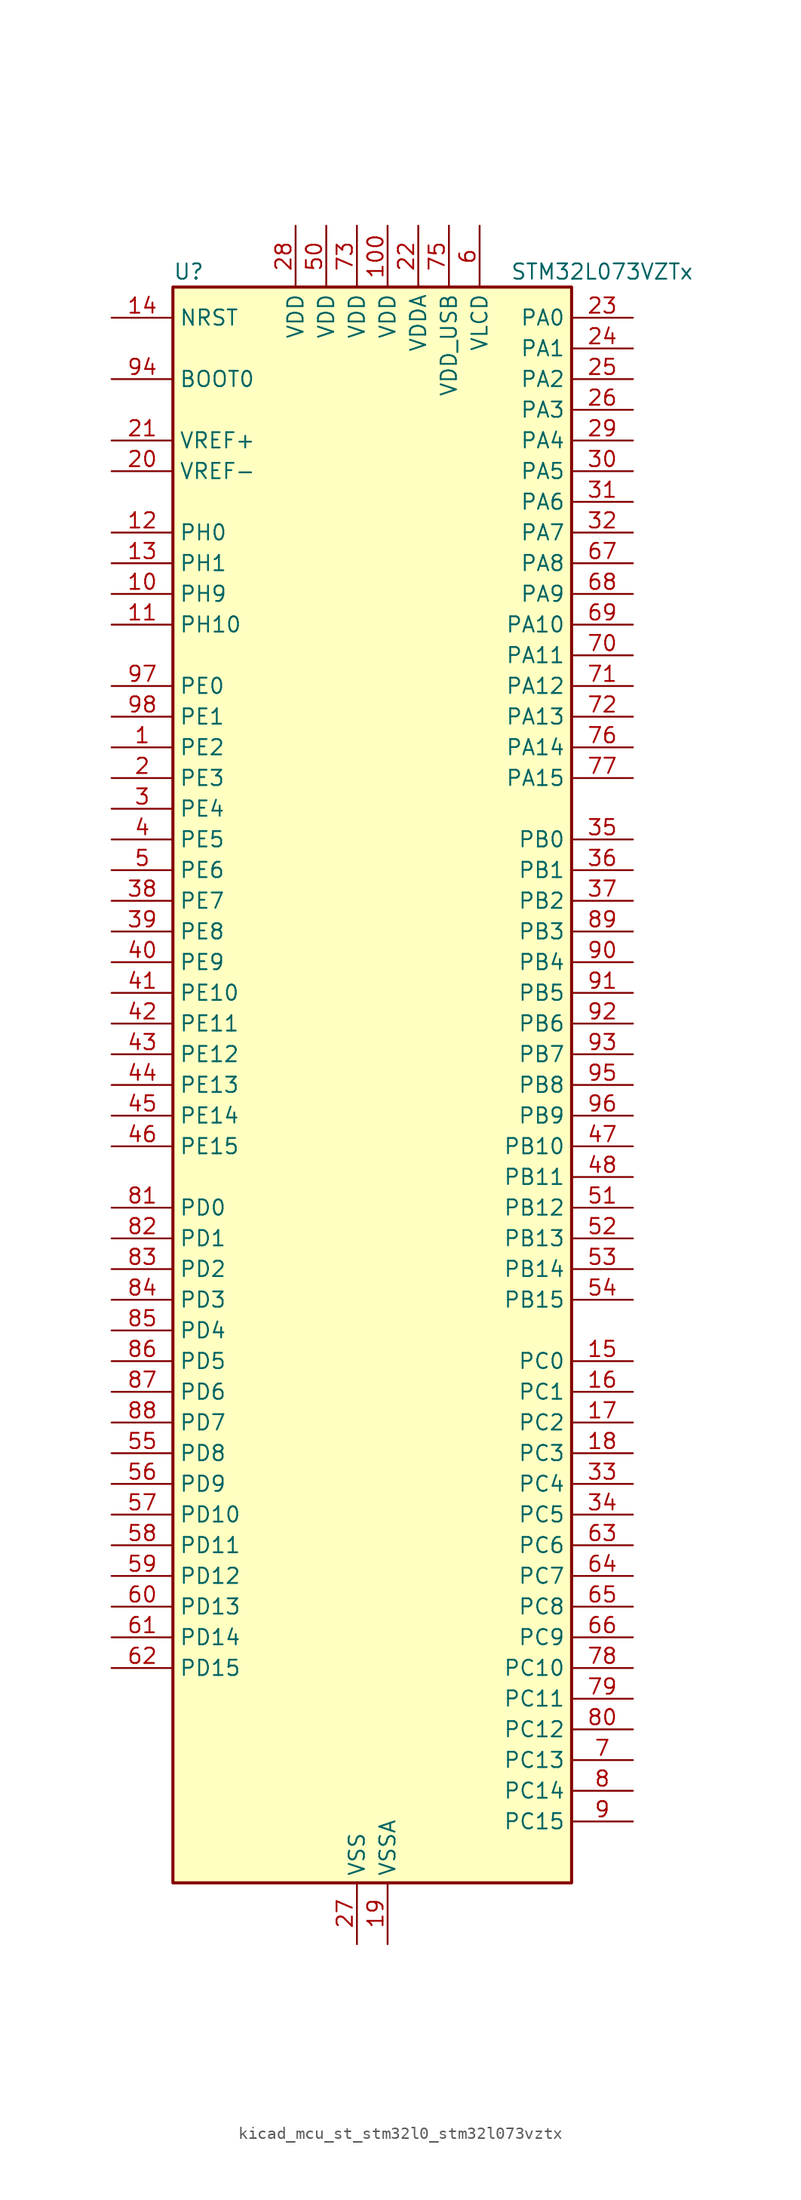
<source format=kicad_sym>
(kicad_symbol_lib
  (version 20220914)
  (generator kicad_symbol_editor)
  (symbol "kicad_mcu_st_stm32l0_stm32l073vztx"
    (property "Reference" "U"
      (at -15.24 67.31 0)
      (effects (font (size 1.27 1.27)) (justify left)))
    (property "Value" "STM32L073VZTx"
      (at 12.7 67.31 0)
      (effects (font (size 1.27 1.27)) (justify left)))
    (property "ki_locked" ""
      (at 0 0 0)
      (effects (font (size 1.27 1.27))))
    (symbol "kicad_mcu_st_stm32l0_stm32l073vztx_0_1"
      (rectangle (start -15.24 -66.04) (end 17.78 66.04) (stroke (width 0.254) (type default)) (fill (type background))))
    (symbol "kicad_mcu_st_stm32l0_stm32l073vztx_1_1"
      (pin bidirectional line (at -20.32 27.94 0) (length 5.08) (name "PE2" (effects (font (size 1.27 1.27)))) (number "1" (effects (font (size 1.27 1.27)))) (alternate "LCD_SEG38" bidirectional line) (alternate "TIM3_ETR" bidirectional line))
      (pin bidirectional line (at -20.32 40.64 0) (length 5.08) (name "PH9" (effects (font (size 1.27 1.27)))) (number "10" (effects (font (size 1.27 1.27)))) (alternate "DAC_EXTI9" bidirectional line))
      (pin power_in line (at 2.54 71.12 270) (length 5.08) (name "VDD" (effects (font (size 1.27 1.27)))) (number "100" (effects (font (size 1.27 1.27)))))
      (pin bidirectional line (at -20.32 38.1 0) (length 5.08) (name "PH10" (effects (font (size 1.27 1.27)))) (number "11" (effects (font (size 1.27 1.27)))))
      (pin bidirectional line (at -20.32 45.72 0) (length 5.08) (name "PH0" (effects (font (size 1.27 1.27)))) (number "12" (effects (font (size 1.27 1.27)))) (alternate "CRS_SYNC" bidirectional line) (alternate "RCC_OSC_IN" bidirectional line))
      (pin bidirectional line (at -20.32 43.18 0) (length 5.08) (name "PH1" (effects (font (size 1.27 1.27)))) (number "13" (effects (font (size 1.27 1.27)))) (alternate "RCC_OSC_OUT" bidirectional line))
      (pin input line (at -20.32 63.5 0) (length 5.08) (name "NRST" (effects (font (size 1.27 1.27)))) (number "14" (effects (font (size 1.27 1.27)))))
      (pin bidirectional line (at 22.86 -22.86 180) (length 5.08) (name "PC0" (effects (font (size 1.27 1.27)))) (number "15" (effects (font (size 1.27 1.27)))) (alternate "ADC_IN10" bidirectional line) (alternate "I2C3_SCL" bidirectional line) (alternate "LCD_SEG18" bidirectional line) (alternate "LPTIM1_IN1" bidirectional line) (alternate "LPUART1_RX" bidirectional line) (alternate "TSC_G7_IO1" bidirectional line))
      (pin bidirectional line (at 22.86 -25.4 180) (length 5.08) (name "PC1" (effects (font (size 1.27 1.27)))) (number "16" (effects (font (size 1.27 1.27)))) (alternate "ADC_IN11" bidirectional line) (alternate "I2C3_SDA" bidirectional line) (alternate "LCD_SEG19" bidirectional line) (alternate "LPTIM1_OUT" bidirectional line) (alternate "LPUART1_TX" bidirectional line) (alternate "TSC_G7_IO2" bidirectional line))
      (pin bidirectional line (at 22.86 -27.94 180) (length 5.08) (name "PC2" (effects (font (size 1.27 1.27)))) (number "17" (effects (font (size 1.27 1.27)))) (alternate "ADC_IN12" bidirectional line) (alternate "I2S2_MCK" bidirectional line) (alternate "LCD_SEG20" bidirectional line) (alternate "LPTIM1_IN2" bidirectional line) (alternate "SPI2_MISO" bidirectional line) (alternate "TSC_G7_IO3" bidirectional line))
      (pin bidirectional line (at 22.86 -30.48 180) (length 5.08) (name "PC3" (effects (font (size 1.27 1.27)))) (number "18" (effects (font (size 1.27 1.27)))) (alternate "ADC_IN13" bidirectional line) (alternate "I2S2_SD" bidirectional line) (alternate "LCD_SEG21" bidirectional line) (alternate "LPTIM1_ETR" bidirectional line) (alternate "SPI2_MOSI" bidirectional line) (alternate "TSC_G7_IO4" bidirectional line))
      (pin power_in line (at 2.54 -71.12 90) (length 5.08) (name "VSSA" (effects (font (size 1.27 1.27)))) (number "19" (effects (font (size 1.27 1.27)))))
      (pin bidirectional line (at -20.32 25.4 0) (length 5.08) (name "PE3" (effects (font (size 1.27 1.27)))) (number "2" (effects (font (size 1.27 1.27)))) (alternate "LCD_SEG39" bidirectional line) (alternate "TIM22_CH1" bidirectional line) (alternate "TIM3_CH1" bidirectional line))
      (pin input line (at -20.32 50.8 0) (length 5.08) (name "VREF-" (effects (font (size 1.27 1.27)))) (number "20" (effects (font (size 1.27 1.27)))))
      (pin input line (at -20.32 53.34 0) (length 5.08) (name "VREF+" (effects (font (size 1.27 1.27)))) (number "21" (effects (font (size 1.27 1.27)))))
      (pin power_in line (at 5.08 71.12 270) (length 5.08) (name "VDDA" (effects (font (size 1.27 1.27)))) (number "22" (effects (font (size 1.27 1.27)))))
      (pin bidirectional line (at 22.86 63.5 180) (length 5.08) (name "PA0" (effects (font (size 1.27 1.27)))) (number "23" (effects (font (size 1.27 1.27)))) (alternate "ADC_IN0" bidirectional line) (alternate "COMP1_INM" bidirectional line) (alternate "COMP1_OUT" bidirectional line) (alternate "RTC_TAMP2" bidirectional line) (alternate "SYS_WKUP1" bidirectional line) (alternate "TIM2_CH1" bidirectional line) (alternate "TIM2_ETR" bidirectional line) (alternate "TSC_G1_IO1" bidirectional line) (alternate "USART2_CTS" bidirectional line) (alternate "USART4_TX" bidirectional line))
      (pin bidirectional line (at 22.86 60.96 180) (length 5.08) (name "PA1" (effects (font (size 1.27 1.27)))) (number "24" (effects (font (size 1.27 1.27)))) (alternate "ADC_IN1" bidirectional line) (alternate "COMP1_INP" bidirectional line) (alternate "LCD_SEG0" bidirectional line) (alternate "TIM21_ETR" bidirectional line) (alternate "TIM2_CH2" bidirectional line) (alternate "TSC_G1_IO2" bidirectional line) (alternate "USART2_DE" bidirectional line) (alternate "USART2_RTS" bidirectional line) (alternate "USART4_RX" bidirectional line))
      (pin bidirectional line (at 22.86 58.42 180) (length 5.08) (name "PA2" (effects (font (size 1.27 1.27)))) (number "25" (effects (font (size 1.27 1.27)))) (alternate "ADC_IN2" bidirectional line) (alternate "COMP2_INM" bidirectional line) (alternate "COMP2_OUT" bidirectional line) (alternate "LCD_SEG1" bidirectional line) (alternate "LPUART1_TX" bidirectional line) (alternate "TIM21_CH1" bidirectional line) (alternate "TIM2_CH3" bidirectional line) (alternate "TSC_G1_IO3" bidirectional line) (alternate "USART2_TX" bidirectional line))
      (pin bidirectional line (at 22.86 55.88 180) (length 5.08) (name "PA3" (effects (font (size 1.27 1.27)))) (number "26" (effects (font (size 1.27 1.27)))) (alternate "ADC_IN3" bidirectional line) (alternate "COMP2_INP" bidirectional line) (alternate "LCD_SEG2" bidirectional line) (alternate "LPUART1_RX" bidirectional line) (alternate "TIM21_CH2" bidirectional line) (alternate "TIM2_CH4" bidirectional line) (alternate "TSC_G1_IO4" bidirectional line) (alternate "USART2_RX" bidirectional line))
      (pin power_in line (at 0 -71.12 90) (length 5.08) (name "VSS" (effects (font (size 1.27 1.27)))) (number "27" (effects (font (size 1.27 1.27)))))
      (pin power_in line (at -5.08 71.12 270) (length 5.08) (name "VDD" (effects (font (size 1.27 1.27)))) (number "28" (effects (font (size 1.27 1.27)))))
      (pin bidirectional line (at 22.86 53.34 180) (length 5.08) (name "PA4" (effects (font (size 1.27 1.27)))) (number "29" (effects (font (size 1.27 1.27)))) (alternate "ADC_IN4" bidirectional line) (alternate "COMP1_INM" bidirectional line) (alternate "COMP2_INM" bidirectional line) (alternate "DAC_OUT1" bidirectional line) (alternate "SPI1_NSS" bidirectional line) (alternate "TIM22_ETR" bidirectional line) (alternate "TSC_G2_IO1" bidirectional line) (alternate "USART2_CK" bidirectional line))
      (pin bidirectional line (at -20.32 22.86 0) (length 5.08) (name "PE4" (effects (font (size 1.27 1.27)))) (number "3" (effects (font (size 1.27 1.27)))) (alternate "TIM22_CH2" bidirectional line) (alternate "TIM3_CH2" bidirectional line))
      (pin bidirectional line (at 22.86 50.8 180) (length 5.08) (name "PA5" (effects (font (size 1.27 1.27)))) (number "30" (effects (font (size 1.27 1.27)))) (alternate "ADC_IN5" bidirectional line) (alternate "COMP1_INM" bidirectional line) (alternate "COMP2_INM" bidirectional line) (alternate "DAC_OUT2" bidirectional line) (alternate "SPI1_SCK" bidirectional line) (alternate "TIM2_CH1" bidirectional line) (alternate "TIM2_ETR" bidirectional line) (alternate "TSC_G2_IO2" bidirectional line))
      (pin bidirectional line (at 22.86 48.26 180) (length 5.08) (name "PA6" (effects (font (size 1.27 1.27)))) (number "31" (effects (font (size 1.27 1.27)))) (alternate "ADC_IN6" bidirectional line) (alternate "COMP1_OUT" bidirectional line) (alternate "LCD_SEG3" bidirectional line) (alternate "LPUART1_CTS" bidirectional line) (alternate "SPI1_MISO" bidirectional line) (alternate "TIM22_CH1" bidirectional line) (alternate "TIM3_CH1" bidirectional line) (alternate "TSC_G2_IO3" bidirectional line))
      (pin bidirectional line (at 22.86 45.72 180) (length 5.08) (name "PA7" (effects (font (size 1.27 1.27)))) (number "32" (effects (font (size 1.27 1.27)))) (alternate "ADC_IN7" bidirectional line) (alternate "COMP2_OUT" bidirectional line) (alternate "LCD_SEG4" bidirectional line) (alternate "SPI1_MOSI" bidirectional line) (alternate "TIM22_CH2" bidirectional line) (alternate "TIM3_CH2" bidirectional line) (alternate "TSC_G2_IO4" bidirectional line))
      (pin bidirectional line (at 22.86 -33.02 180) (length 5.08) (name "PC4" (effects (font (size 1.27 1.27)))) (number "33" (effects (font (size 1.27 1.27)))) (alternate "ADC_IN14" bidirectional line) (alternate "LCD_SEG22" bidirectional line) (alternate "LPUART1_TX" bidirectional line))
      (pin bidirectional line (at 22.86 -35.56 180) (length 5.08) (name "PC5" (effects (font (size 1.27 1.27)))) (number "34" (effects (font (size 1.27 1.27)))) (alternate "ADC_IN15" bidirectional line) (alternate "LCD_SEG23" bidirectional line) (alternate "LPUART1_RX" bidirectional line) (alternate "TSC_G3_IO1" bidirectional line))
      (pin bidirectional line (at 22.86 20.32 180) (length 5.08) (name "PB0" (effects (font (size 1.27 1.27)))) (number "35" (effects (font (size 1.27 1.27)))) (alternate "ADC_IN8" bidirectional line) (alternate "LCD_SEG5" bidirectional line) (alternate "LCD_VLCD3" bidirectional line) (alternate "SYS_VREF_OUT_PB0" bidirectional line) (alternate "TIM3_CH3" bidirectional line) (alternate "TSC_G3_IO2" bidirectional line))
      (pin bidirectional line (at 22.86 17.78 180) (length 5.08) (name "PB1" (effects (font (size 1.27 1.27)))) (number "36" (effects (font (size 1.27 1.27)))) (alternate "ADC_IN9" bidirectional line) (alternate "LCD_SEG6" bidirectional line) (alternate "LPUART1_DE" bidirectional line) (alternate "LPUART1_RTS" bidirectional line) (alternate "SYS_VREF_OUT_PB1" bidirectional line) (alternate "TIM3_CH4" bidirectional line) (alternate "TSC_G3_IO3" bidirectional line))
      (pin bidirectional line (at 22.86 15.24 180) (length 5.08) (name "PB2" (effects (font (size 1.27 1.27)))) (number "37" (effects (font (size 1.27 1.27)))) (alternate "I2C3_SMBA" bidirectional line) (alternate "LCD_VLCD2" bidirectional line) (alternate "LPTIM1_OUT" bidirectional line) (alternate "TSC_G3_IO4" bidirectional line))
      (pin bidirectional line (at -20.32 15.24 0) (length 5.08) (name "PE7" (effects (font (size 1.27 1.27)))) (number "38" (effects (font (size 1.27 1.27)))) (alternate "LCD_SEG45" bidirectional line) (alternate "USART5_CK" bidirectional line) (alternate "USART5_DE" bidirectional line) (alternate "USART5_RTS" bidirectional line))
      (pin bidirectional line (at -20.32 12.7 0) (length 5.08) (name "PE8" (effects (font (size 1.27 1.27)))) (number "39" (effects (font (size 1.27 1.27)))) (alternate "LCD_SEG46" bidirectional line) (alternate "USART4_TX" bidirectional line))
      (pin bidirectional line (at -20.32 20.32 0) (length 5.08) (name "PE5" (effects (font (size 1.27 1.27)))) (number "4" (effects (font (size 1.27 1.27)))) (alternate "TIM21_CH1" bidirectional line) (alternate "TIM3_CH3" bidirectional line))
      (pin bidirectional line (at -20.32 10.16 0) (length 5.08) (name "PE9" (effects (font (size 1.27 1.27)))) (number "40" (effects (font (size 1.27 1.27)))) (alternate "DAC_EXTI9" bidirectional line) (alternate "LCD_SEG47" bidirectional line) (alternate "TIM2_CH1" bidirectional line) (alternate "TIM2_ETR" bidirectional line) (alternate "USART4_RX" bidirectional line))
      (pin bidirectional line (at -20.32 7.62 0) (length 5.08) (name "PE10" (effects (font (size 1.27 1.27)))) (number "41" (effects (font (size 1.27 1.27)))) (alternate "LCD_SEG40" bidirectional line) (alternate "TIM2_CH2" bidirectional line) (alternate "USART5_TX" bidirectional line))
      (pin bidirectional line (at -20.32 5.08 0) (length 5.08) (name "PE11" (effects (font (size 1.27 1.27)))) (number "42" (effects (font (size 1.27 1.27)))) (alternate "ADC_EXTI11" bidirectional line) (alternate "LCD_VLCD1" bidirectional line) (alternate "TIM2_CH3" bidirectional line) (alternate "USART5_RX" bidirectional line))
      (pin bidirectional line (at -20.32 2.54 0) (length 5.08) (name "PE12" (effects (font (size 1.27 1.27)))) (number "43" (effects (font (size 1.27 1.27)))) (alternate "LCD_VLCD3" bidirectional line) (alternate "SPI1_NSS" bidirectional line) (alternate "TIM2_CH4" bidirectional line))
      (pin bidirectional line (at -20.32 0 0) (length 5.08) (name "PE13" (effects (font (size 1.27 1.27)))) (number "44" (effects (font (size 1.27 1.27)))) (alternate "LCD_SEG41" bidirectional line) (alternate "SPI1_SCK" bidirectional line))
      (pin bidirectional line (at -20.32 -2.54 0) (length 5.08) (name "PE14" (effects (font (size 1.27 1.27)))) (number "45" (effects (font (size 1.27 1.27)))) (alternate "LCD_SEG42" bidirectional line) (alternate "SPI1_MISO" bidirectional line))
      (pin bidirectional line (at -20.32 -5.08 0) (length 5.08) (name "PE15" (effects (font (size 1.27 1.27)))) (number "46" (effects (font (size 1.27 1.27)))) (alternate "LCD_SEG43" bidirectional line) (alternate "SPI1_MOSI" bidirectional line))
      (pin bidirectional line (at 22.86 -5.08 180) (length 5.08) (name "PB10" (effects (font (size 1.27 1.27)))) (number "47" (effects (font (size 1.27 1.27)))) (alternate "I2C2_SCL" bidirectional line) (alternate "LCD_SEG10" bidirectional line) (alternate "LPUART1_RX" bidirectional line) (alternate "LPUART1_TX" bidirectional line) (alternate "SPI2_SCK" bidirectional line) (alternate "TIM2_CH3" bidirectional line) (alternate "TSC_SYNC" bidirectional line))
      (pin bidirectional line (at 22.86 -7.62 180) (length 5.08) (name "PB11" (effects (font (size 1.27 1.27)))) (number "48" (effects (font (size 1.27 1.27)))) (alternate "ADC_EXTI11" bidirectional line) (alternate "I2C2_SDA" bidirectional line) (alternate "LCD_SEG11" bidirectional line) (alternate "LPUART1_RX" bidirectional line) (alternate "LPUART1_TX" bidirectional line) (alternate "TIM2_CH4" bidirectional line) (alternate "TSC_G6_IO1" bidirectional line))
      (pin passive line (at 0 -71.12 90) (length 5.08) hide (name "VSS" (effects (font (size 1.27 1.27)))) (number "49" (effects (font (size 1.27 1.27)))))
      (pin bidirectional line (at -20.32 17.78 0) (length 5.08) (name "PE6" (effects (font (size 1.27 1.27)))) (number "5" (effects (font (size 1.27 1.27)))) (alternate "RTC_TAMP3" bidirectional line) (alternate "SYS_WKUP3" bidirectional line) (alternate "TIM21_CH2" bidirectional line) (alternate "TIM3_CH4" bidirectional line))
      (pin power_in line (at -2.54 71.12 270) (length 5.08) (name "VDD" (effects (font (size 1.27 1.27)))) (number "50" (effects (font (size 1.27 1.27)))))
      (pin bidirectional line (at 22.86 -10.16 180) (length 5.08) (name "PB12" (effects (font (size 1.27 1.27)))) (number "51" (effects (font (size 1.27 1.27)))) (alternate "I2S2_WS" bidirectional line) (alternate "LCD_SEG12" bidirectional line) (alternate "LCD_VLCD2" bidirectional line) (alternate "LPUART1_DE" bidirectional line) (alternate "LPUART1_RTS" bidirectional line) (alternate "SPI2_NSS" bidirectional line) (alternate "TSC_G6_IO2" bidirectional line))
      (pin bidirectional line (at 22.86 -12.7 180) (length 5.08) (name "PB13" (effects (font (size 1.27 1.27)))) (number "52" (effects (font (size 1.27 1.27)))) (alternate "I2C2_SCL" bidirectional line) (alternate "I2S2_CK" bidirectional line) (alternate "LCD_SEG13" bidirectional line) (alternate "LPUART1_CTS" bidirectional line) (alternate "RCC_MCO" bidirectional line) (alternate "SPI2_SCK" bidirectional line) (alternate "TIM21_CH1" bidirectional line) (alternate "TSC_G6_IO3" bidirectional line))
      (pin bidirectional line (at 22.86 -15.24 180) (length 5.08) (name "PB14" (effects (font (size 1.27 1.27)))) (number "53" (effects (font (size 1.27 1.27)))) (alternate "I2C2_SDA" bidirectional line) (alternate "I2S2_MCK" bidirectional line) (alternate "LCD_SEG14" bidirectional line) (alternate "LPUART1_DE" bidirectional line) (alternate "LPUART1_RTS" bidirectional line) (alternate "RTC_OUT_ALARM" bidirectional line) (alternate "RTC_OUT_CALIB" bidirectional line) (alternate "SPI2_MISO" bidirectional line) (alternate "TIM21_CH2" bidirectional line) (alternate "TSC_G6_IO4" bidirectional line))
      (pin bidirectional line (at 22.86 -17.78 180) (length 5.08) (name "PB15" (effects (font (size 1.27 1.27)))) (number "54" (effects (font (size 1.27 1.27)))) (alternate "I2S2_SD" bidirectional line) (alternate "LCD_SEG15" bidirectional line) (alternate "RTC_REFIN" bidirectional line) (alternate "SPI2_MOSI" bidirectional line))
      (pin bidirectional line (at -20.32 -30.48 0) (length 5.08) (name "PD8" (effects (font (size 1.27 1.27)))) (number "55" (effects (font (size 1.27 1.27)))) (alternate "LCD_SEG28" bidirectional line) (alternate "LPUART1_TX" bidirectional line))
      (pin bidirectional line (at -20.32 -33.02 0) (length 5.08) (name "PD9" (effects (font (size 1.27 1.27)))) (number "56" (effects (font (size 1.27 1.27)))) (alternate "DAC_EXTI9" bidirectional line) (alternate "LCD_SEG29" bidirectional line) (alternate "LPUART1_RX" bidirectional line))
      (pin bidirectional line (at -20.32 -35.56 0) (length 5.08) (name "PD10" (effects (font (size 1.27 1.27)))) (number "57" (effects (font (size 1.27 1.27)))) (alternate "LCD_SEG30" bidirectional line))
      (pin bidirectional line (at -20.32 -38.1 0) (length 5.08) (name "PD11" (effects (font (size 1.27 1.27)))) (number "58" (effects (font (size 1.27 1.27)))) (alternate "ADC_EXTI11" bidirectional line) (alternate "LCD_SEG31" bidirectional line) (alternate "LPUART1_CTS" bidirectional line))
      (pin bidirectional line (at -20.32 -40.64 0) (length 5.08) (name "PD12" (effects (font (size 1.27 1.27)))) (number "59" (effects (font (size 1.27 1.27)))) (alternate "LCD_SEG32" bidirectional line) (alternate "LPUART1_DE" bidirectional line) (alternate "LPUART1_RTS" bidirectional line))
      (pin power_in line (at 10.16 71.12 270) (length 5.08) (name "VLCD" (effects (font (size 1.27 1.27)))) (number "6" (effects (font (size 1.27 1.27)))))
      (pin bidirectional line (at -20.32 -43.18 0) (length 5.08) (name "PD13" (effects (font (size 1.27 1.27)))) (number "60" (effects (font (size 1.27 1.27)))) (alternate "LCD_SEG33" bidirectional line))
      (pin bidirectional line (at -20.32 -45.72 0) (length 5.08) (name "PD14" (effects (font (size 1.27 1.27)))) (number "61" (effects (font (size 1.27 1.27)))) (alternate "LCD_SEG34" bidirectional line))
      (pin bidirectional line (at -20.32 -48.26 0) (length 5.08) (name "PD15" (effects (font (size 1.27 1.27)))) (number "62" (effects (font (size 1.27 1.27)))) (alternate "CRS_SYNC" bidirectional line) (alternate "LCD_SEG35" bidirectional line))
      (pin bidirectional line (at 22.86 -38.1 180) (length 5.08) (name "PC6" (effects (font (size 1.27 1.27)))) (number "63" (effects (font (size 1.27 1.27)))) (alternate "LCD_SEG24" bidirectional line) (alternate "TIM22_CH1" bidirectional line) (alternate "TIM3_CH1" bidirectional line) (alternate "TSC_G8_IO1" bidirectional line))
      (pin bidirectional line (at 22.86 -40.64 180) (length 5.08) (name "PC7" (effects (font (size 1.27 1.27)))) (number "64" (effects (font (size 1.27 1.27)))) (alternate "LCD_SEG25" bidirectional line) (alternate "TIM22_CH2" bidirectional line) (alternate "TIM3_CH2" bidirectional line) (alternate "TSC_G8_IO2" bidirectional line))
      (pin bidirectional line (at 22.86 -43.18 180) (length 5.08) (name "PC8" (effects (font (size 1.27 1.27)))) (number "65" (effects (font (size 1.27 1.27)))) (alternate "LCD_SEG26" bidirectional line) (alternate "TIM22_ETR" bidirectional line) (alternate "TIM3_CH3" bidirectional line) (alternate "TSC_G8_IO3" bidirectional line))
      (pin bidirectional line (at 22.86 -45.72 180) (length 5.08) (name "PC9" (effects (font (size 1.27 1.27)))) (number "66" (effects (font (size 1.27 1.27)))) (alternate "DAC_EXTI9" bidirectional line) (alternate "I2C3_SDA" bidirectional line) (alternate "LCD_SEG27" bidirectional line) (alternate "TIM21_ETR" bidirectional line) (alternate "TIM3_CH4" bidirectional line) (alternate "TSC_G8_IO4" bidirectional line) (alternate "USB_NOE" bidirectional line))
      (pin bidirectional line (at 22.86 43.18 180) (length 5.08) (name "PA8" (effects (font (size 1.27 1.27)))) (number "67" (effects (font (size 1.27 1.27)))) (alternate "CRS_SYNC" bidirectional line) (alternate "I2C3_SCL" bidirectional line) (alternate "LCD_COM0" bidirectional line) (alternate "RCC_MCO" bidirectional line) (alternate "USART1_CK" bidirectional line))
      (pin bidirectional line (at 22.86 40.64 180) (length 5.08) (name "PA9" (effects (font (size 1.27 1.27)))) (number "68" (effects (font (size 1.27 1.27)))) (alternate "DAC_EXTI9" bidirectional line) (alternate "I2C1_SCL" bidirectional line) (alternate "I2C3_SMBA" bidirectional line) (alternate "LCD_COM1" bidirectional line) (alternate "RCC_MCO" bidirectional line) (alternate "TSC_G4_IO1" bidirectional line) (alternate "USART1_TX" bidirectional line))
      (pin bidirectional line (at 22.86 38.1 180) (length 5.08) (name "PA10" (effects (font (size 1.27 1.27)))) (number "69" (effects (font (size 1.27 1.27)))) (alternate "I2C1_SDA" bidirectional line) (alternate "LCD_COM2" bidirectional line) (alternate "TSC_G4_IO2" bidirectional line) (alternate "USART1_RX" bidirectional line))
      (pin bidirectional line (at 22.86 -55.88 180) (length 5.08) (name "PC13" (effects (font (size 1.27 1.27)))) (number "7" (effects (font (size 1.27 1.27)))) (alternate "RTC_OUT_ALARM" bidirectional line) (alternate "RTC_OUT_CALIB" bidirectional line) (alternate "RTC_TAMP1" bidirectional line) (alternate "RTC_TS" bidirectional line) (alternate "SYS_WKUP2" bidirectional line))
      (pin bidirectional line (at 22.86 35.56 180) (length 5.08) (name "PA11" (effects (font (size 1.27 1.27)))) (number "70" (effects (font (size 1.27 1.27)))) (alternate "ADC_EXTI11" bidirectional line) (alternate "COMP1_OUT" bidirectional line) (alternate "SPI1_MISO" bidirectional line) (alternate "TSC_G4_IO3" bidirectional line) (alternate "USART1_CTS" bidirectional line) (alternate "USB_DM" bidirectional line))
      (pin bidirectional line (at 22.86 33.02 180) (length 5.08) (name "PA12" (effects (font (size 1.27 1.27)))) (number "71" (effects (font (size 1.27 1.27)))) (alternate "COMP2_OUT" bidirectional line) (alternate "SPI1_MOSI" bidirectional line) (alternate "TSC_G4_IO4" bidirectional line) (alternate "USART1_DE" bidirectional line) (alternate "USART1_RTS" bidirectional line) (alternate "USB_DP" bidirectional line))
      (pin bidirectional line (at 22.86 30.48 180) (length 5.08) (name "PA13" (effects (font (size 1.27 1.27)))) (number "72" (effects (font (size 1.27 1.27)))) (alternate "LPUART1_RX" bidirectional line) (alternate "SYS_SWDIO" bidirectional line) (alternate "USB_NOE" bidirectional line))
      (pin power_in line (at 0 71.12 270) (length 5.08) (name "VDD" (effects (font (size 1.27 1.27)))) (number "73" (effects (font (size 1.27 1.27)))))
      (pin passive line (at 0 -71.12 90) (length 5.08) hide (name "VSS" (effects (font (size 1.27 1.27)))) (number "74" (effects (font (size 1.27 1.27)))))
      (pin power_in line (at 7.62 71.12 270) (length 5.08) (name "VDD_USB" (effects (font (size 1.27 1.27)))) (number "75" (effects (font (size 1.27 1.27)))))
      (pin bidirectional line (at 22.86 27.94 180) (length 5.08) (name "PA14" (effects (font (size 1.27 1.27)))) (number "76" (effects (font (size 1.27 1.27)))) (alternate "LPUART1_TX" bidirectional line) (alternate "SYS_SWCLK" bidirectional line) (alternate "USART2_TX" bidirectional line))
      (pin bidirectional line (at 22.86 25.4 180) (length 5.08) (name "PA15" (effects (font (size 1.27 1.27)))) (number "77" (effects (font (size 1.27 1.27)))) (alternate "LCD_SEG17" bidirectional line) (alternate "SPI1_NSS" bidirectional line) (alternate "TIM2_CH1" bidirectional line) (alternate "TIM2_ETR" bidirectional line) (alternate "USART2_RX" bidirectional line) (alternate "USART4_DE" bidirectional line) (alternate "USART4_RTS" bidirectional line))
      (pin bidirectional line (at 22.86 -48.26 180) (length 5.08) (name "PC10" (effects (font (size 1.27 1.27)))) (number "78" (effects (font (size 1.27 1.27)))) (alternate "LCD_COM4" bidirectional line) (alternate "LCD_SEG28" bidirectional line) (alternate "LCD_SEG48" bidirectional line) (alternate "LPUART1_TX" bidirectional line) (alternate "USART4_TX" bidirectional line))
      (pin bidirectional line (at 22.86 -50.8 180) (length 5.08) (name "PC11" (effects (font (size 1.27 1.27)))) (number "79" (effects (font (size 1.27 1.27)))) (alternate "ADC_EXTI11" bidirectional line) (alternate "LCD_COM5" bidirectional line) (alternate "LCD_SEG29" bidirectional line) (alternate "LCD_SEG49" bidirectional line) (alternate "LPUART1_RX" bidirectional line) (alternate "USART4_RX" bidirectional line))
      (pin bidirectional line (at 22.86 -58.42 180) (length 5.08) (name "PC14" (effects (font (size 1.27 1.27)))) (number "8" (effects (font (size 1.27 1.27)))) (alternate "RCC_OSC32_IN" bidirectional line))
      (pin bidirectional line (at 22.86 -53.34 180) (length 5.08) (name "PC12" (effects (font (size 1.27 1.27)))) (number "80" (effects (font (size 1.27 1.27)))) (alternate "LCD_COM6" bidirectional line) (alternate "LCD_SEG30" bidirectional line) (alternate "LCD_SEG50" bidirectional line) (alternate "USART4_CK" bidirectional line) (alternate "USART5_TX" bidirectional line))
      (pin bidirectional line (at -20.32 -10.16 0) (length 5.08) (name "PD0" (effects (font (size 1.27 1.27)))) (number "81" (effects (font (size 1.27 1.27)))) (alternate "I2S2_WS" bidirectional line) (alternate "SPI2_NSS" bidirectional line) (alternate "TIM21_CH1" bidirectional line))
      (pin bidirectional line (at -20.32 -12.7 0) (length 5.08) (name "PD1" (effects (font (size 1.27 1.27)))) (number "82" (effects (font (size 1.27 1.27)))) (alternate "I2S2_CK" bidirectional line) (alternate "SPI2_SCK" bidirectional line))
      (pin bidirectional line (at -20.32 -15.24 0) (length 5.08) (name "PD2" (effects (font (size 1.27 1.27)))) (number "83" (effects (font (size 1.27 1.27)))) (alternate "LCD_COM7" bidirectional line) (alternate "LCD_SEG31" bidirectional line) (alternate "LCD_SEG51" bidirectional line) (alternate "LPUART1_DE" bidirectional line) (alternate "LPUART1_RTS" bidirectional line) (alternate "TIM3_ETR" bidirectional line) (alternate "USART5_RX" bidirectional line))
      (pin bidirectional line (at -20.32 -17.78 0) (length 5.08) (name "PD3" (effects (font (size 1.27 1.27)))) (number "84" (effects (font (size 1.27 1.27)))) (alternate "I2S2_MCK" bidirectional line) (alternate "LCD_SEG44" bidirectional line) (alternate "SPI2_MISO" bidirectional line) (alternate "USART2_CTS" bidirectional line))
      (pin bidirectional line (at -20.32 -20.32 0) (length 5.08) (name "PD4" (effects (font (size 1.27 1.27)))) (number "85" (effects (font (size 1.27 1.27)))) (alternate "I2S2_SD" bidirectional line) (alternate "SPI2_MOSI" bidirectional line) (alternate "USART2_DE" bidirectional line) (alternate "USART2_RTS" bidirectional line))
      (pin bidirectional line (at -20.32 -22.86 0) (length 5.08) (name "PD5" (effects (font (size 1.27 1.27)))) (number "86" (effects (font (size 1.27 1.27)))) (alternate "USART2_TX" bidirectional line))
      (pin bidirectional line (at -20.32 -25.4 0) (length 5.08) (name "PD6" (effects (font (size 1.27 1.27)))) (number "87" (effects (font (size 1.27 1.27)))) (alternate "USART2_RX" bidirectional line))
      (pin bidirectional line (at -20.32 -27.94 0) (length 5.08) (name "PD7" (effects (font (size 1.27 1.27)))) (number "88" (effects (font (size 1.27 1.27)))) (alternate "TIM21_CH2" bidirectional line) (alternate "USART2_CK" bidirectional line))
      (pin bidirectional line (at 22.86 12.7 180) (length 5.08) (name "PB3" (effects (font (size 1.27 1.27)))) (number "89" (effects (font (size 1.27 1.27)))) (alternate "COMP2_INM" bidirectional line) (alternate "LCD_SEG7" bidirectional line) (alternate "SPI1_SCK" bidirectional line) (alternate "TIM2_CH2" bidirectional line) (alternate "TSC_G5_IO1" bidirectional line) (alternate "USART1_DE" bidirectional line) (alternate "USART1_RTS" bidirectional line) (alternate "USART5_TX" bidirectional line))
      (pin bidirectional line (at 22.86 -60.96 180) (length 5.08) (name "PC15" (effects (font (size 1.27 1.27)))) (number "9" (effects (font (size 1.27 1.27)))) (alternate "RCC_OSC32_OUT" bidirectional line))
      (pin bidirectional line (at 22.86 10.16 180) (length 5.08) (name "PB4" (effects (font (size 1.27 1.27)))) (number "90" (effects (font (size 1.27 1.27)))) (alternate "COMP2_INP" bidirectional line) (alternate "I2C3_SDA" bidirectional line) (alternate "LCD_SEG8" bidirectional line) (alternate "SPI1_MISO" bidirectional line) (alternate "TIM22_CH1" bidirectional line) (alternate "TIM3_CH1" bidirectional line) (alternate "TSC_G5_IO2" bidirectional line) (alternate "USART1_CTS" bidirectional line) (alternate "USART5_RX" bidirectional line))
      (pin bidirectional line (at 22.86 7.62 180) (length 5.08) (name "PB5" (effects (font (size 1.27 1.27)))) (number "91" (effects (font (size 1.27 1.27)))) (alternate "COMP2_INP" bidirectional line) (alternate "I2C1_SMBA" bidirectional line) (alternate "LCD_SEG9" bidirectional line) (alternate "LPTIM1_IN1" bidirectional line) (alternate "SPI1_MOSI" bidirectional line) (alternate "TIM22_CH2" bidirectional line) (alternate "TIM3_CH2" bidirectional line) (alternate "USART1_CK" bidirectional line) (alternate "USART5_CK" bidirectional line) (alternate "USART5_DE" bidirectional line) (alternate "USART5_RTS" bidirectional line))
      (pin bidirectional line (at 22.86 5.08 180) (length 5.08) (name "PB6" (effects (font (size 1.27 1.27)))) (number "92" (effects (font (size 1.27 1.27)))) (alternate "COMP2_INP" bidirectional line) (alternate "I2C1_SCL" bidirectional line) (alternate "LPTIM1_ETR" bidirectional line) (alternate "TSC_G5_IO3" bidirectional line) (alternate "USART1_TX" bidirectional line))
      (pin bidirectional line (at 22.86 2.54 180) (length 5.08) (name "PB7" (effects (font (size 1.27 1.27)))) (number "93" (effects (font (size 1.27 1.27)))) (alternate "COMP2_INP" bidirectional line) (alternate "I2C1_SDA" bidirectional line) (alternate "LPTIM1_IN2" bidirectional line) (alternate "SYS_PVD_IN" bidirectional line) (alternate "TSC_G5_IO4" bidirectional line) (alternate "USART1_RX" bidirectional line) (alternate "USART4_CTS" bidirectional line))
      (pin input line (at -20.32 58.42 0) (length 5.08) (name "BOOT0" (effects (font (size 1.27 1.27)))) (number "94" (effects (font (size 1.27 1.27)))))
      (pin bidirectional line (at 22.86 0 180) (length 5.08) (name "PB8" (effects (font (size 1.27 1.27)))) (number "95" (effects (font (size 1.27 1.27)))) (alternate "I2C1_SCL" bidirectional line) (alternate "LCD_SEG16" bidirectional line) (alternate "TSC_SYNC" bidirectional line))
      (pin bidirectional line (at 22.86 -2.54 180) (length 5.08) (name "PB9" (effects (font (size 1.27 1.27)))) (number "96" (effects (font (size 1.27 1.27)))) (alternate "DAC_EXTI9" bidirectional line) (alternate "I2C1_SDA" bidirectional line) (alternate "I2S2_WS" bidirectional line) (alternate "LCD_COM3" bidirectional line) (alternate "SPI2_NSS" bidirectional line))
      (pin bidirectional line (at -20.32 33.02 0) (length 5.08) (name "PE0" (effects (font (size 1.27 1.27)))) (number "97" (effects (font (size 1.27 1.27)))) (alternate "LCD_SEG36" bidirectional line))
      (pin bidirectional line (at -20.32 30.48 0) (length 5.08) (name "PE1" (effects (font (size 1.27 1.27)))) (number "98" (effects (font (size 1.27 1.27)))) (alternate "LCD_SEG37" bidirectional line))
      (pin passive line (at 0 -71.12 90) (length 5.08) hide (name "VSS" (effects (font (size 1.27 1.27)))) (number "99" (effects (font (size 1.27 1.27))))))))
</source>
